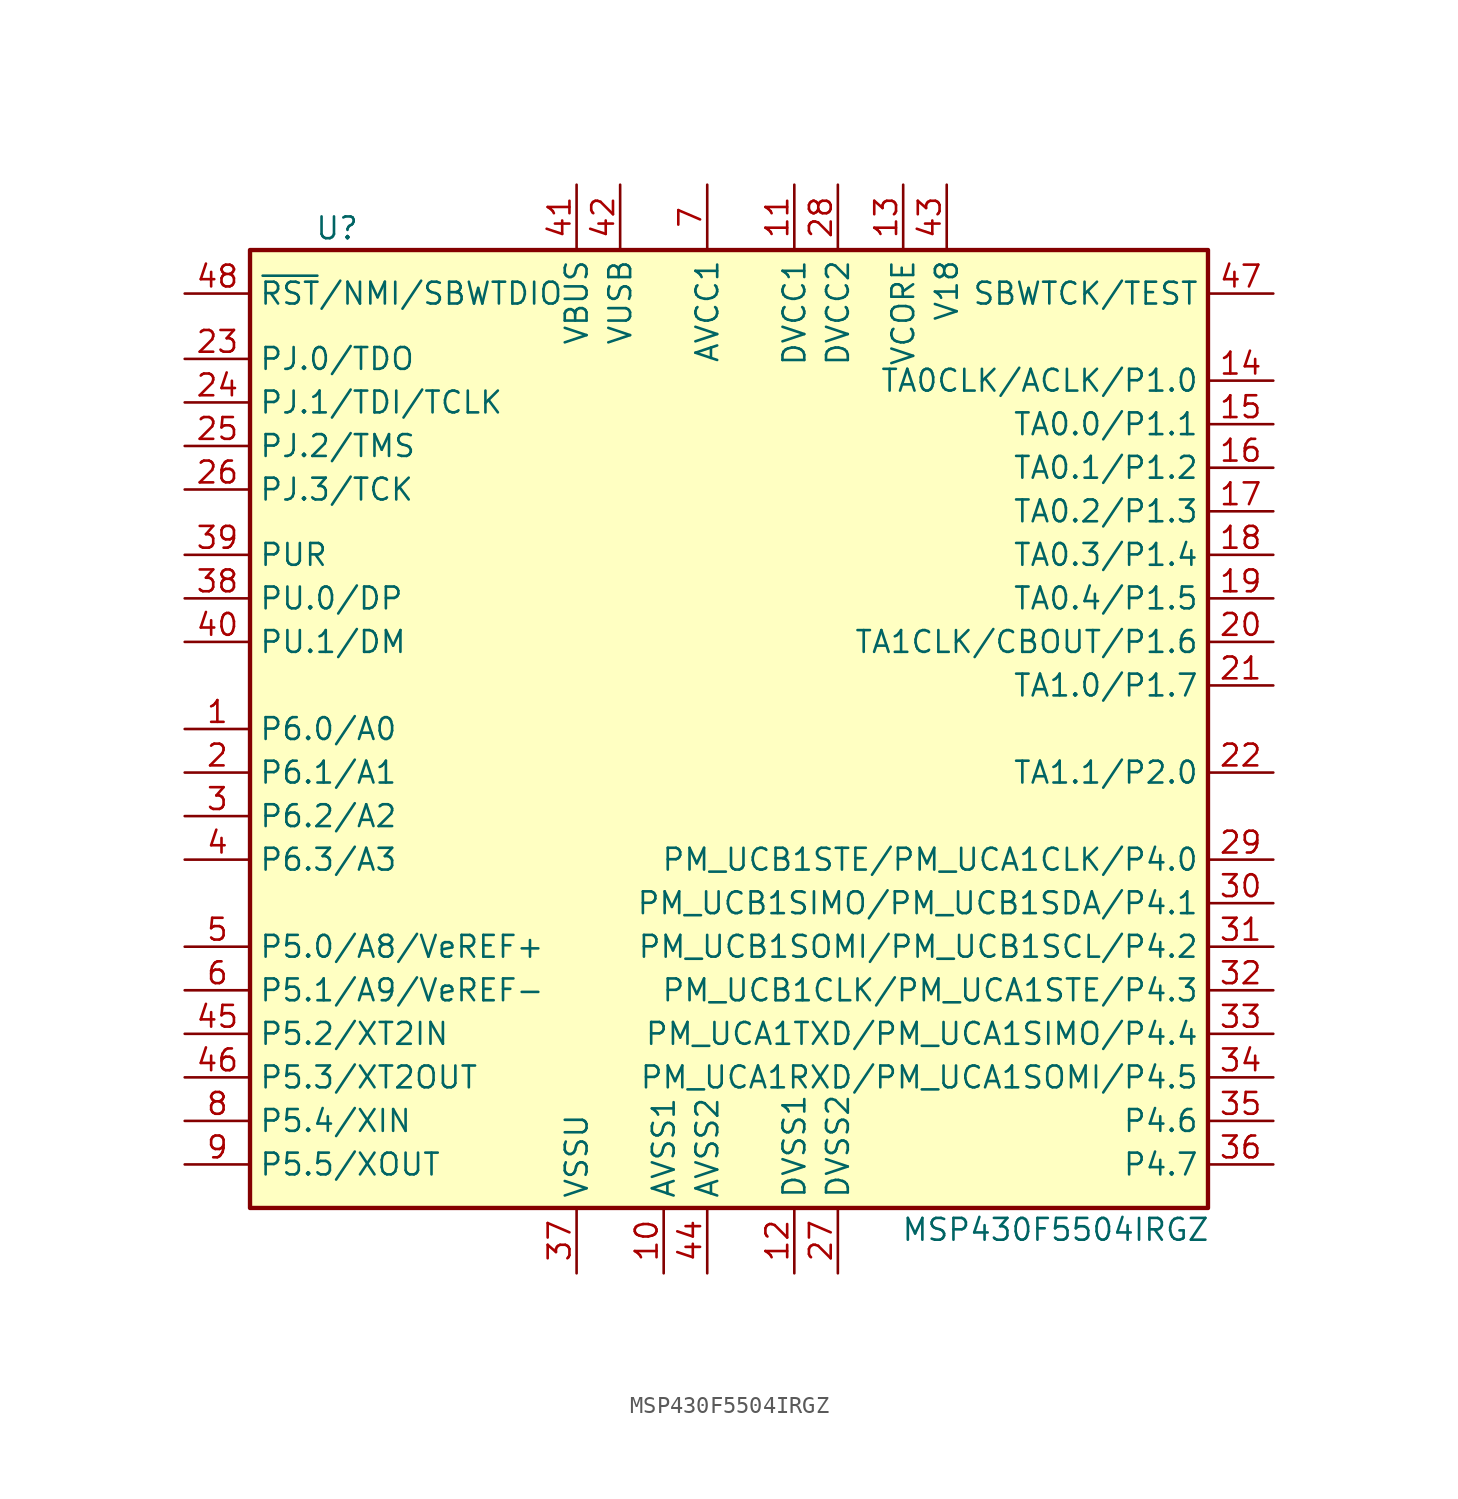
<source format=kicad_sym>
(kicad_symbol_lib
  (version 20211014)
  (generator kicad_symbol_editor)
  (symbol "MSP430F5504IRGZ"
    (property "Reference" "U"
      (at -21.59 29.21 0)
      (effects (font (size 1.27 1.27))))
    (property "Value" "MSP430F5504IRGZ"
      (at 20.32 -29.21 0)
      (effects (font (size 1.27 1.27))))
    (symbol "MSP430F5504IRGZ_0_1"
      (rectangle (start -26.67 27.94) (end 29.21 -27.94) (stroke (width 0.254) (type default) (color 0 0 0 0)) (fill (type background))))
    (symbol "MSP430F5504IRGZ_1_1"
      (pin bidirectional line (at -30.48 0 0) (length 3.81) (name "P6.0/A0" (effects (font (size 1.27 1.27)))) (number "1" (effects (font (size 1.27 1.27)))))
      (pin power_in line (at -2.54 -31.75 90) (length 3.81) (name "AVSS1" (effects (font (size 1.27 1.27)))) (number "10" (effects (font (size 1.27 1.27)))))
      (pin power_in line (at 5.08 31.75 270) (length 3.81) (name "DVCC1" (effects (font (size 1.27 1.27)))) (number "11" (effects (font (size 1.27 1.27)))))
      (pin power_in line (at 5.08 -31.75 90) (length 3.81) (name "DVSS1" (effects (font (size 1.27 1.27)))) (number "12" (effects (font (size 1.27 1.27)))))
      (pin passive line (at 11.43 31.75 270) (length 3.81) (name "VCORE" (effects (font (size 1.27 1.27)))) (number "13" (effects (font (size 1.27 1.27)))))
      (pin bidirectional line (at 33.02 20.32 180) (length 3.81) (name "TA0CLK/ACLK/P1.0" (effects (font (size 1.27 1.27)))) (number "14" (effects (font (size 1.27 1.27)))))
      (pin bidirectional line (at 33.02 17.78 180) (length 3.81) (name "TA0.0/P1.1" (effects (font (size 1.27 1.27)))) (number "15" (effects (font (size 1.27 1.27)))))
      (pin bidirectional line (at 33.02 15.24 180) (length 3.81) (name "TA0.1/P1.2" (effects (font (size 1.27 1.27)))) (number "16" (effects (font (size 1.27 1.27)))))
      (pin bidirectional line (at 33.02 12.7 180) (length 3.81) (name "TA0.2/P1.3" (effects (font (size 1.27 1.27)))) (number "17" (effects (font (size 1.27 1.27)))))
      (pin bidirectional line (at 33.02 10.16 180) (length 3.81) (name "TA0.3/P1.4" (effects (font (size 1.27 1.27)))) (number "18" (effects (font (size 1.27 1.27)))))
      (pin bidirectional line (at 33.02 7.62 180) (length 3.81) (name "TA0.4/P1.5" (effects (font (size 1.27 1.27)))) (number "19" (effects (font (size 1.27 1.27)))))
      (pin bidirectional line (at -30.48 -2.54 0) (length 3.81) (name "P6.1/A1" (effects (font (size 1.27 1.27)))) (number "2" (effects (font (size 1.27 1.27)))))
      (pin bidirectional line (at 33.02 5.08 180) (length 3.81) (name "TA1CLK/CBOUT/P1.6" (effects (font (size 1.27 1.27)))) (number "20" (effects (font (size 1.27 1.27)))))
      (pin bidirectional line (at 33.02 2.54 180) (length 3.81) (name "TA1.0/P1.7" (effects (font (size 1.27 1.27)))) (number "21" (effects (font (size 1.27 1.27)))))
      (pin bidirectional line (at 33.02 -2.54 180) (length 3.81) (name "TA1.1/P2.0" (effects (font (size 1.27 1.27)))) (number "22" (effects (font (size 1.27 1.27)))))
      (pin bidirectional line (at -30.48 21.59 0) (length 3.81) (name "PJ.0/TDO" (effects (font (size 1.27 1.27)))) (number "23" (effects (font (size 1.27 1.27)))))
      (pin bidirectional line (at -30.48 19.05 0) (length 3.81) (name "PJ.1/TDI/TCLK" (effects (font (size 1.27 1.27)))) (number "24" (effects (font (size 1.27 1.27)))))
      (pin bidirectional line (at -30.48 16.51 0) (length 3.81) (name "PJ.2/TMS" (effects (font (size 1.27 1.27)))) (number "25" (effects (font (size 1.27 1.27)))))
      (pin bidirectional line (at -30.48 13.97 0) (length 3.81) (name "PJ.3/TCK" (effects (font (size 1.27 1.27)))) (number "26" (effects (font (size 1.27 1.27)))))
      (pin power_in line (at 7.62 -31.75 90) (length 3.81) (name "DVSS2" (effects (font (size 1.27 1.27)))) (number "27" (effects (font (size 1.27 1.27)))))
      (pin power_in line (at 7.62 31.75 270) (length 3.81) (name "DVCC2" (effects (font (size 1.27 1.27)))) (number "28" (effects (font (size 1.27 1.27)))))
      (pin bidirectional line (at 33.02 -7.62 180) (length 3.81) (name "PM_UCB1STE/PM_UCA1CLK/P4.0" (effects (font (size 1.27 1.27)))) (number "29" (effects (font (size 1.27 1.27)))))
      (pin bidirectional line (at -30.48 -5.08 0) (length 3.81) (name "P6.2/A2" (effects (font (size 1.27 1.27)))) (number "3" (effects (font (size 1.27 1.27)))))
      (pin bidirectional line (at 33.02 -10.16 180) (length 3.81) (name "PM_UCB1SIMO/PM_UCB1SDA/P4.1" (effects (font (size 1.27 1.27)))) (number "30" (effects (font (size 1.27 1.27)))))
      (pin bidirectional line (at 33.02 -12.7 180) (length 3.81) (name "PM_UCB1SOMI/PM_UCB1SCL/P4.2" (effects (font (size 1.27 1.27)))) (number "31" (effects (font (size 1.27 1.27)))))
      (pin bidirectional line (at 33.02 -15.24 180) (length 3.81) (name "PM_UCB1CLK/PM_UCA1STE/P4.3" (effects (font (size 1.27 1.27)))) (number "32" (effects (font (size 1.27 1.27)))))
      (pin bidirectional line (at 33.02 -17.78 180) (length 3.81) (name "PM_UCA1TXD/PM_UCA1SIMO/P4.4" (effects (font (size 1.27 1.27)))) (number "33" (effects (font (size 1.27 1.27)))))
      (pin bidirectional line (at 33.02 -20.32 180) (length 3.81) (name "PM_UCA1RXD/PM_UCA1SOMI/P4.5" (effects (font (size 1.27 1.27)))) (number "34" (effects (font (size 1.27 1.27)))))
      (pin bidirectional line (at 33.02 -22.86 180) (length 3.81) (name "P4.6" (effects (font (size 1.27 1.27)))) (number "35" (effects (font (size 1.27 1.27)))))
      (pin bidirectional line (at 33.02 -25.4 180) (length 3.81) (name "P4.7" (effects (font (size 1.27 1.27)))) (number "36" (effects (font (size 1.27 1.27)))))
      (pin power_in line (at -7.62 -31.75 90) (length 3.81) (name "VSSU" (effects (font (size 1.27 1.27)))) (number "37" (effects (font (size 1.27 1.27)))))
      (pin bidirectional line (at -30.48 7.62 0) (length 3.81) (name "PU.0/DP" (effects (font (size 1.27 1.27)))) (number "38" (effects (font (size 1.27 1.27)))))
      (pin bidirectional line (at -30.48 10.16 0) (length 3.81) (name "PUR" (effects (font (size 1.27 1.27)))) (number "39" (effects (font (size 1.27 1.27)))))
      (pin bidirectional line (at -30.48 -7.62 0) (length 3.81) (name "P6.3/A3" (effects (font (size 1.27 1.27)))) (number "4" (effects (font (size 1.27 1.27)))))
      (pin bidirectional line (at -30.48 5.08 0) (length 3.81) (name "PU.1/DM" (effects (font (size 1.27 1.27)))) (number "40" (effects (font (size 1.27 1.27)))))
      (pin power_in line (at -7.62 31.75 270) (length 3.81) (name "VBUS" (effects (font (size 1.27 1.27)))) (number "41" (effects (font (size 1.27 1.27)))))
      (pin power_out line (at -5.08 31.75 270) (length 3.81) (name "VUSB" (effects (font (size 1.27 1.27)))) (number "42" (effects (font (size 1.27 1.27)))))
      (pin passive line (at 13.97 31.75 270) (length 3.81) (name "V18" (effects (font (size 1.27 1.27)))) (number "43" (effects (font (size 1.27 1.27)))))
      (pin power_in line (at 0 -31.75 90) (length 3.81) (name "AVSS2" (effects (font (size 1.27 1.27)))) (number "44" (effects (font (size 1.27 1.27)))))
      (pin bidirectional line (at -30.48 -17.78 0) (length 3.81) (name "P5.2/XT2IN" (effects (font (size 1.27 1.27)))) (number "45" (effects (font (size 1.27 1.27)))))
      (pin bidirectional line (at -30.48 -20.32 0) (length 3.81) (name "P5.3/XT2OUT" (effects (font (size 1.27 1.27)))) (number "46" (effects (font (size 1.27 1.27)))))
      (pin input line (at 33.02 25.4 180) (length 3.81) (name "SBWTCK/TEST" (effects (font (size 1.27 1.27)))) (number "47" (effects (font (size 1.27 1.27)))))
      (pin input line (at -30.48 25.4 0) (length 3.81) (name "~{RST}/NMI/SBWTDIO" (effects (font (size 1.27 1.27)))) (number "48" (effects (font (size 1.27 1.27)))))
      (pin bidirectional line (at -30.48 -12.7 0) (length 3.81) (name "P5.0/A8/VeREF+" (effects (font (size 1.27 1.27)))) (number "5" (effects (font (size 1.27 1.27)))))
      (pin bidirectional line (at -30.48 -15.24 0) (length 3.81) (name "P5.1/A9/VeREF-" (effects (font (size 1.27 1.27)))) (number "6" (effects (font (size 1.27 1.27)))))
      (pin power_in line (at 0 31.75 270) (length 3.81) (name "AVCC1" (effects (font (size 1.27 1.27)))) (number "7" (effects (font (size 1.27 1.27)))))
      (pin bidirectional line (at -30.48 -22.86 0) (length 3.81) (name "P5.4/XIN" (effects (font (size 1.27 1.27)))) (number "8" (effects (font (size 1.27 1.27)))))
      (pin bidirectional line (at -30.48 -25.4 0) (length 3.81) (name "P5.5/XOUT" (effects (font (size 1.27 1.27)))) (number "9" (effects (font (size 1.27 1.27))))))))
</source>
